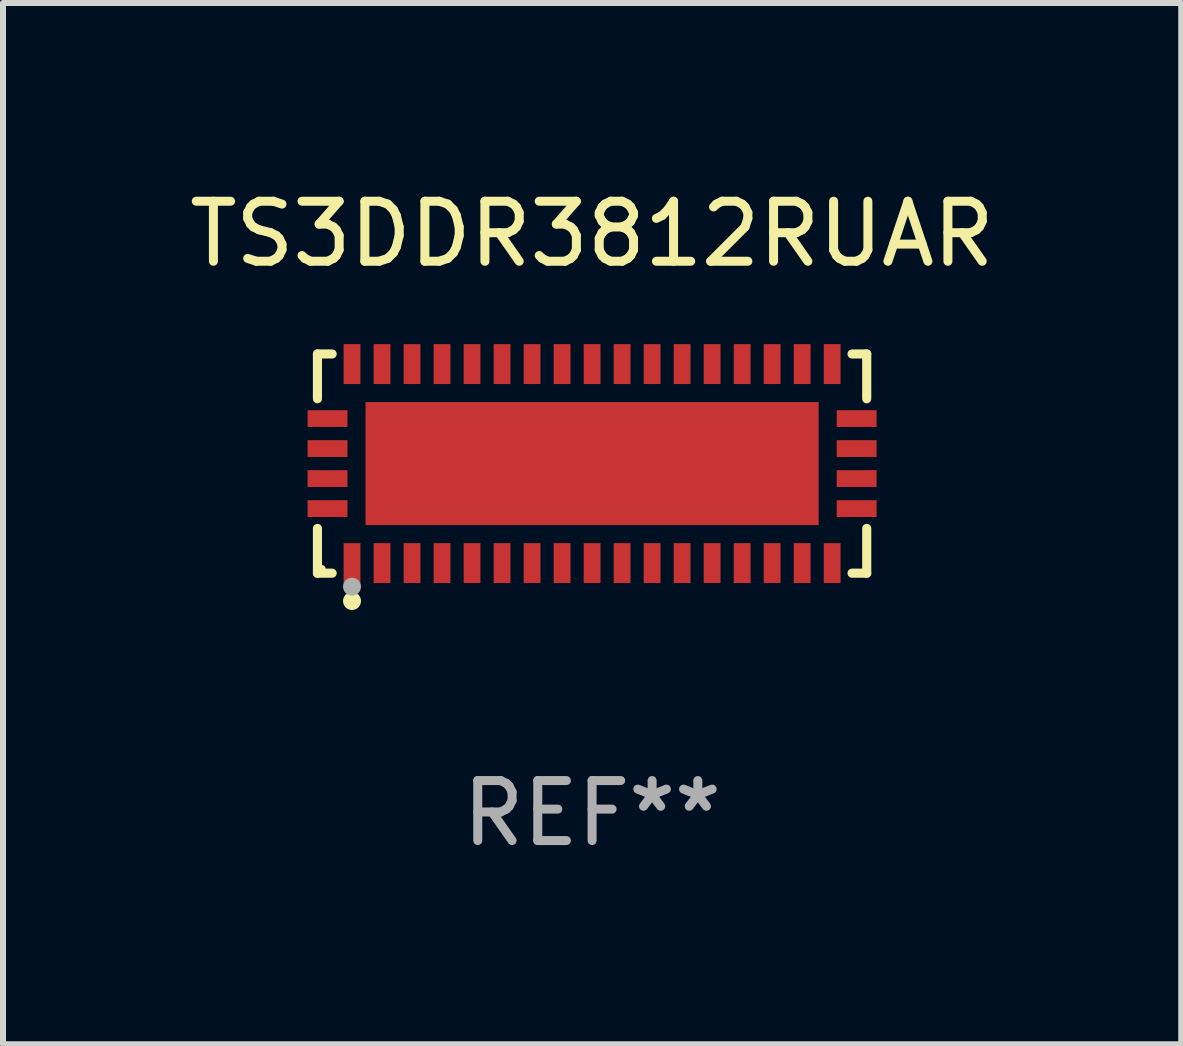
<source format=kicad_pcb>
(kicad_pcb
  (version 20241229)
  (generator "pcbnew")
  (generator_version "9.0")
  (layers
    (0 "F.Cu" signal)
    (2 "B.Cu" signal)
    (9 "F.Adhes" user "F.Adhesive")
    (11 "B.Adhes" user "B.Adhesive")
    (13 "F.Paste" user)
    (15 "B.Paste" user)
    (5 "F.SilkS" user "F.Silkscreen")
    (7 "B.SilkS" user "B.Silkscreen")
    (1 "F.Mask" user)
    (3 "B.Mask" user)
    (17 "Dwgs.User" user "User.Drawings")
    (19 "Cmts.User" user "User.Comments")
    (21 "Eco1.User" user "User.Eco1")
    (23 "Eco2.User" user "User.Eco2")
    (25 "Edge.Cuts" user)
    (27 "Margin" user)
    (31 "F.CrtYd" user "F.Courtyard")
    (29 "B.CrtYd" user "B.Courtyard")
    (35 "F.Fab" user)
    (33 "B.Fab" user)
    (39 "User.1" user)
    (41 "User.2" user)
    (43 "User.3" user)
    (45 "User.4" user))
  (footprint "TS3DDR3812RUAR"
    (layer "F.Cu")
    (at 6.815 4.674)
    (property "Reference" "TS3DDR3812RUAR" (at 0 -3.826 0) (layer "F.SilkS") (effects (font (size 1 1) (thickness 0.15))))
    (attr through_hole)
    (fp_line (start -4.576 -1.826) (end -4.331 -1.826) (stroke (width 0.152) (type solid)) (layer "F.SilkS"))
    (fp_line (start -4.576 -1.08) (end -4.576 -1.826) (stroke (width 0.152) (type solid)) (layer "F.SilkS"))
    (fp_line (start -4.576 1.08) (end -4.576 1.826) (stroke (width 0.152) (type solid)) (layer "F.SilkS"))
    (fp_line (start -4.576 1.826) (end -4.331 1.826) (stroke (width 0.152) (type solid)) (layer "F.SilkS"))
    (fp_line (start 4.576 -1.826) (end 4.331 -1.826) (stroke (width 0.152) (type solid)) (layer "F.SilkS"))
    (fp_line (start 4.576 -1.08) (end 4.576 -1.826) (stroke (width 0.152) (type solid)) (layer "F.SilkS"))
    (fp_line (start 4.576 1.08) (end 4.576 1.826) (stroke (width 0.152) (type solid)) (layer "F.SilkS"))
    (fp_line (start 4.576 1.826) (end 4.331 1.826) (stroke (width 0.152) (type solid)) (layer "F.SilkS"))
    (fp_circle (center -4.5 1.75) (end -4.47 1.75) (stroke (width 0.06) (type solid)) (fill no) (layer "F.SilkS"))
    (fp_circle (center -4 2.29) (end -3.925 2.29) (stroke (width 0.15) (type solid)) (fill no) (layer "F.SilkS"))
    (fp_circle (center -4 2.05) (end -3.925 2.05) (stroke (width 0.15) (type solid)) (fill no) (layer "F.Fab"))
    (fp_text user "REF**" (at 0 5.826 0) (layer "F.Fab") (effects (font (size 1 1) (thickness 0.15))))
    (pad "1" smd rect (at -4 1.658) (size 0.28 0.665) (layers "F.Cu" "F.Mask" "F.Paste"))
    (pad "2" smd rect (at -3.5 1.658) (size 0.28 0.665) (layers "F.Cu" "F.Mask" "F.Paste"))
    (pad "3" smd rect (at -3 1.658) (size 0.28 0.665) (layers "F.Cu" "F.Mask" "F.Paste"))
    (pad "4" smd rect (at -2.5 1.658) (size 0.28 0.665) (layers "F.Cu" "F.Mask" "F.Paste"))
    (pad "5" smd rect (at -2 1.658) (size 0.28 0.665) (layers "F.Cu" "F.Mask" "F.Paste"))
    (pad "6" smd rect (at -1.5 1.658) (size 0.28 0.665) (layers "F.Cu" "F.Mask" "F.Paste"))
    (pad "7" smd rect (at -1 1.658) (size 0.28 0.665) (layers "F.Cu" "F.Mask" "F.Paste"))
    (pad "8" smd rect (at -0.5 1.658) (size 0.28 0.665) (layers "F.Cu" "F.Mask" "F.Paste"))
    (pad "9" smd rect (at 0 1.658) (size 0.28 0.665) (layers "F.Cu" "F.Mask" "F.Paste"))
    (pad "10" smd rect (at 0.5 1.658) (size 0.28 0.665) (layers "F.Cu" "F.Mask" "F.Paste"))
    (pad "11" smd rect (at 1 1.658) (size 0.28 0.665) (layers "F.Cu" "F.Mask" "F.Paste"))
    (pad "12" smd rect (at 1.5 1.658) (size 0.28 0.665) (layers "F.Cu" "F.Mask" "F.Paste"))
    (pad "13" smd rect (at 2 1.658) (size 0.28 0.665) (layers "F.Cu" "F.Mask" "F.Paste"))
    (pad "14" smd rect (at 2.5 1.658) (size 0.28 0.665) (layers "F.Cu" "F.Mask" "F.Paste"))
    (pad "15" smd rect (at 3 1.658) (size 0.28 0.665) (layers "F.Cu" "F.Mask" "F.Paste"))
    (pad "16" smd rect (at 3.5 1.658) (size 0.28 0.665) (layers "F.Cu" "F.Mask" "F.Paste"))
    (pad "17" smd rect (at 4 1.658) (size 0.28 0.665) (layers "F.Cu" "F.Mask" "F.Paste"))
    (pad "18" smd rect (at 4.408 0.75) (size 0.665 0.28) (layers "F.Cu" "F.Mask" "F.Paste"))
    (pad "19" smd rect (at 4.408 0.25) (size 0.665 0.28) (layers "F.Cu" "F.Mask" "F.Paste"))
    (pad "20" smd rect (at 4.408 -0.25) (size 0.665 0.28) (layers "F.Cu" "F.Mask" "F.Paste"))
    (pad "21" smd rect (at 4.408 -0.75) (size 0.665 0.28) (layers "F.Cu" "F.Mask" "F.Paste"))
    (pad "22" smd rect (at 4 -1.658) (size 0.28 0.665) (layers "F.Cu" "F.Mask" "F.Paste"))
    (pad "23" smd rect (at 3.5 -1.658) (size 0.28 0.665) (layers "F.Cu" "F.Mask" "F.Paste"))
    (pad "24" smd rect (at 3 -1.658) (size 0.28 0.665) (layers "F.Cu" "F.Mask" "F.Paste"))
    (pad "25" smd rect (at 2.5 -1.658) (size 0.28 0.665) (layers "F.Cu" "F.Mask" "F.Paste"))
    (pad "26" smd rect (at 2 -1.658) (size 0.28 0.665) (layers "F.Cu" "F.Mask" "F.Paste"))
    (pad "27" smd rect (at 1.5 -1.658) (size 0.28 0.665) (layers "F.Cu" "F.Mask" "F.Paste"))
    (pad "28" smd rect (at 1 -1.658) (size 0.28 0.665) (layers "F.Cu" "F.Mask" "F.Paste"))
    (pad "29" smd rect (at 0.5 -1.658) (size 0.28 0.665) (layers "F.Cu" "F.Mask" "F.Paste"))
    (pad "30" smd rect (at 0 -1.658) (size 0.28 0.665) (layers "F.Cu" "F.Mask" "F.Paste"))
    (pad "31" smd rect (at -0.5 -1.658) (size 0.28 0.665) (layers "F.Cu" "F.Mask" "F.Paste"))
    (pad "32" smd rect (at -1 -1.658) (size 0.28 0.665) (layers "F.Cu" "F.Mask" "F.Paste"))
    (pad "33" smd rect (at -1.5 -1.658) (size 0.28 0.665) (layers "F.Cu" "F.Mask" "F.Paste"))
    (pad "34" smd rect (at -2 -1.658) (size 0.28 0.665) (layers "F.Cu" "F.Mask" "F.Paste"))
    (pad "35" smd rect (at -2.5 -1.658) (size 0.28 0.665) (layers "F.Cu" "F.Mask" "F.Paste"))
    (pad "36" smd rect (at -3 -1.658) (size 0.28 0.665) (layers "F.Cu" "F.Mask" "F.Paste"))
    (pad "37" smd rect (at -3.5 -1.658) (size 0.28 0.665) (layers "F.Cu" "F.Mask" "F.Paste"))
    (pad "38" smd rect (at -4 -1.658) (size 0.28 0.665) (layers "F.Cu" "F.Mask" "F.Paste"))
    (pad "39" smd rect (at -4.408 -0.75) (size 0.665 0.28) (layers "F.Cu" "F.Mask" "F.Paste"))
    (pad "40" smd rect (at -4.408 -0.25) (size 0.665 0.28) (layers "F.Cu" "F.Mask" "F.Paste"))
    (pad "41" smd rect (at -4.408 0.25) (size 0.665 0.28) (layers "F.Cu" "F.Mask" "F.Paste"))
    (pad "42" smd rect (at -4.408 0.75) (size 0.665 0.28) (layers "F.Cu" "F.Mask" "F.Paste"))
    (pad "43" smd rect (at 0 0) (size 7.55 2.05) (layers "F.Cu" "F.Mask" "F.Paste")))
  (gr_rect
    (start -3 -3)
    (end 16.631 14.349)
    (stroke (width 0.1) (type default))
    (fill no)
    (layer "Edge.Cuts")))
</source>
